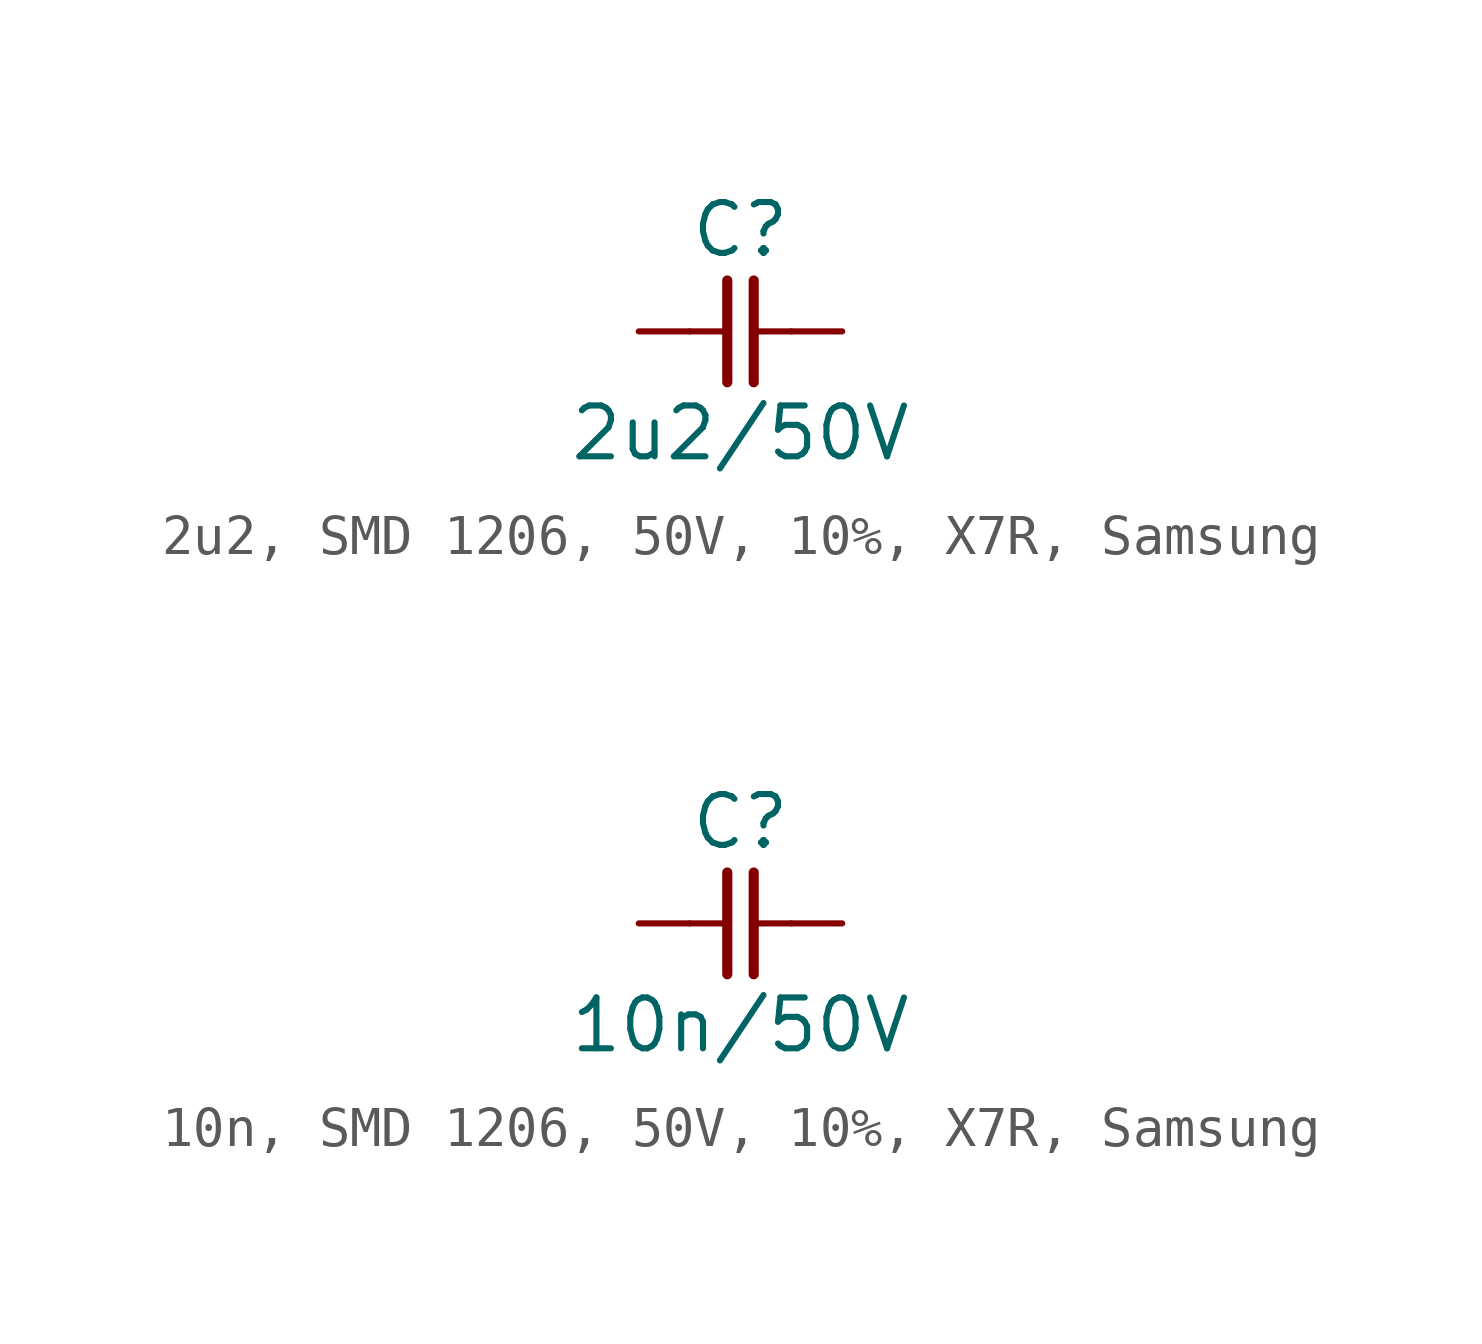
<source format=kicad_sym>
(kicad_symbol_lib
  (version 20241209)
  (generator "kicad_symbol_editor")
  (generator_version "9.0")
  (symbol "2u2, SMD 1206, 50V, 10%, X7R, Samsung"
    (pin_numbers
      (hide yes))
    (pin_names
      (offset 0)
      (hide yes))
    (property "Reference" "C"
      (at 0 2.54 0)
      (effects (font (size 1.27 1.27))))
    (property "Value" "2u2/50V"
      (at 0 -2.54 0)
      (effects (font (size 1.27 1.27))))
    (symbol "2u2, SMD 1206, 50V, 10%, X7R, Samsung_0_1"
      (polyline (pts (xy -0.33 1.27) (xy -0.33 -1.27)) (stroke (width 0.254) (type default)) (fill (type none)))
      (polyline (pts (xy -0.318 0) (xy -1.27 0)) (stroke (width 0) (type default)) (fill (type none)))
      (polyline (pts (xy 0.33 1.27) (xy 0.33 -1.27)) (stroke (width 0.254) (type default)) (fill (type none)))
      (polyline (pts (xy 1.27 0) (xy 0.318 0)) (stroke (width 0) (type default)) (fill (type none))))
    (symbol "2u2, SMD 1206, 50V, 10%, X7R, Samsung_1_1"
      (pin passive line (at -2.54 0 0) (length 1.27) (name "1" (effects (font (size 1.27 1.27)))) (number "1" (effects (font (size 1.27 1.27)))))
      (pin passive line (at 2.54 0 180) (length 1.27) (name "2" (effects (font (size 1.27 1.27)))) (number "2" (effects (font (size 1.27 1.27)))))))
  (symbol "10n, SMD 1206, 50V, 10%, X7R, Samsung"
    (pin_numbers
      (hide yes))
    (pin_names
      (offset 0)
      (hide yes))
    (property "Reference" "C"
      (at 0 2.54 0)
      (effects (font (size 1.27 1.27))))
    (property "Value" "10n/50V"
      (at 0 -2.54 0)
      (effects (font (size 1.27 1.27))))
    (symbol "10n, SMD 1206, 50V, 10%, X7R, Samsung_0_1"
      (polyline (pts (xy -0.33 1.27) (xy -0.33 -1.27)) (stroke (width 0.254) (type default)) (fill (type none)))
      (polyline (pts (xy -0.318 0) (xy -1.27 0)) (stroke (width 0) (type default)) (fill (type none)))
      (polyline (pts (xy 0.33 1.27) (xy 0.33 -1.27)) (stroke (width 0.254) (type default)) (fill (type none)))
      (polyline (pts (xy 1.27 0) (xy 0.318 0)) (stroke (width 0) (type default)) (fill (type none))))
    (symbol "10n, SMD 1206, 50V, 10%, X7R, Samsung_1_1"
      (pin passive line (at -2.54 0 0) (length 1.27) (name "1" (effects (font (size 1.27 1.27)))) (number "1" (effects (font (size 1.27 1.27)))))
      (pin passive line (at 2.54 0 180) (length 1.27) (name "2" (effects (font (size 1.27 1.27)))) (number "2" (effects (font (size 1.27 1.27))))))))
</source>
